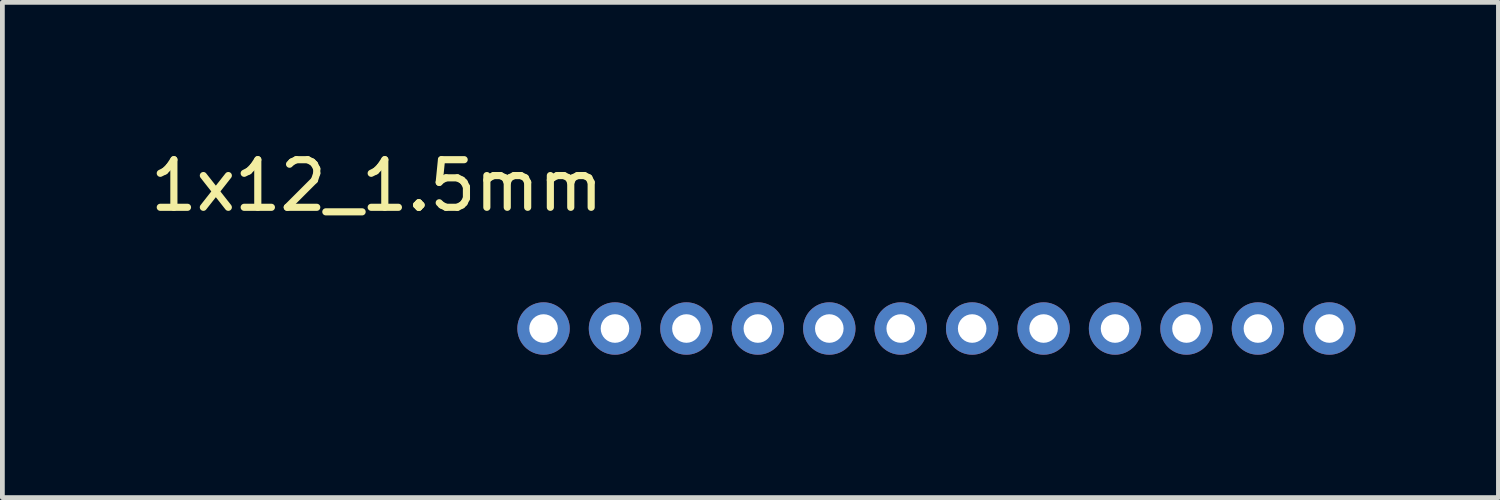
<source format=kicad_pcb>
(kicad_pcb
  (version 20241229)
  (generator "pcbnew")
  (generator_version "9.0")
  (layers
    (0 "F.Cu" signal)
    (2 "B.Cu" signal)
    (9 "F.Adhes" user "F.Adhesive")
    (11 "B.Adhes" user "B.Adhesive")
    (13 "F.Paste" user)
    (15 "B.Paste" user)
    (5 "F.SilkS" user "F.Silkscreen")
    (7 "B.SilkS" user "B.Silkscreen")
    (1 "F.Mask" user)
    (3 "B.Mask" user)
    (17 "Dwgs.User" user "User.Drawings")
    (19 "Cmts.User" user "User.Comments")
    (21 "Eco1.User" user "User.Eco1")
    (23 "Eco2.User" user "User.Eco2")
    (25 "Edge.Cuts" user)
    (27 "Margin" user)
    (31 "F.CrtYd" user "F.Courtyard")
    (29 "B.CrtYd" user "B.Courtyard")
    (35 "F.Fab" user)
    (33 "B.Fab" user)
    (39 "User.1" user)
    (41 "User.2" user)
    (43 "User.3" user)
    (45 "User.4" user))
  (footprint "1x12_1.5mm"
    (layer "F.Cu")
    (at 8.363 3.848)
    (property "Reference" "1x12_1.5mm" (at -3.5 -3 0) (layer "F.SilkS") (effects (font (size 1 1) (thickness 0.15))))
    (attr through_hole)
    (pad "1" thru_hole circle (at 0 0) (size 1.1 1.1) (drill 0.6) (layers "*.Cu" "*.Mask"))
    (pad "2" thru_hole circle (at 1.5 0) (size 1.1 1.1) (drill 0.6) (layers "*.Cu" "*.Mask"))
    (pad "3" thru_hole circle (at 3 0) (size 1.1 1.1) (drill 0.6) (layers "*.Cu" "*.Mask"))
    (pad "4" thru_hole circle (at 4.5 0) (size 1.1 1.1) (drill 0.6) (layers "*.Cu" "*.Mask"))
    (pad "5" thru_hole circle (at 6 0) (size 1.1 1.1) (drill 0.6) (layers "*.Cu" "*.Mask"))
    (pad "6" thru_hole circle (at 7.5 0) (size 1.1 1.1) (drill 0.6) (layers "*.Cu" "*.Mask"))
    (pad "7" thru_hole circle (at 9 0) (size 1.1 1.1) (drill 0.6) (layers "*.Cu" "*.Mask"))
    (pad "8" thru_hole circle (at 10.5 0) (size 1.1 1.1) (drill 0.6) (layers "*.Cu" "*.Mask"))
    (pad "9" thru_hole circle (at 12 0) (size 1.1 1.1) (drill 0.6) (layers "*.Cu" "*.Mask"))
    (pad "10" thru_hole circle (at 13.5 0) (size 1.1 1.1) (drill 0.6) (layers "*.Cu" "*.Mask"))
    (pad "11" thru_hole circle (at 15 0) (size 1.1 1.1) (drill 0.6) (layers "*.Cu" "*.Mask"))
    (pad "12" thru_hole circle (at 16.5 0) (size 1.1 1.1) (drill 0.6) (layers "*.Cu" "*.Mask")))
  (gr_rect
    (start -3 -3)
    (end 28.413 7.398)
    (stroke (width 0.1) (type default))
    (fill no)
    (layer "Edge.Cuts")))
</source>
